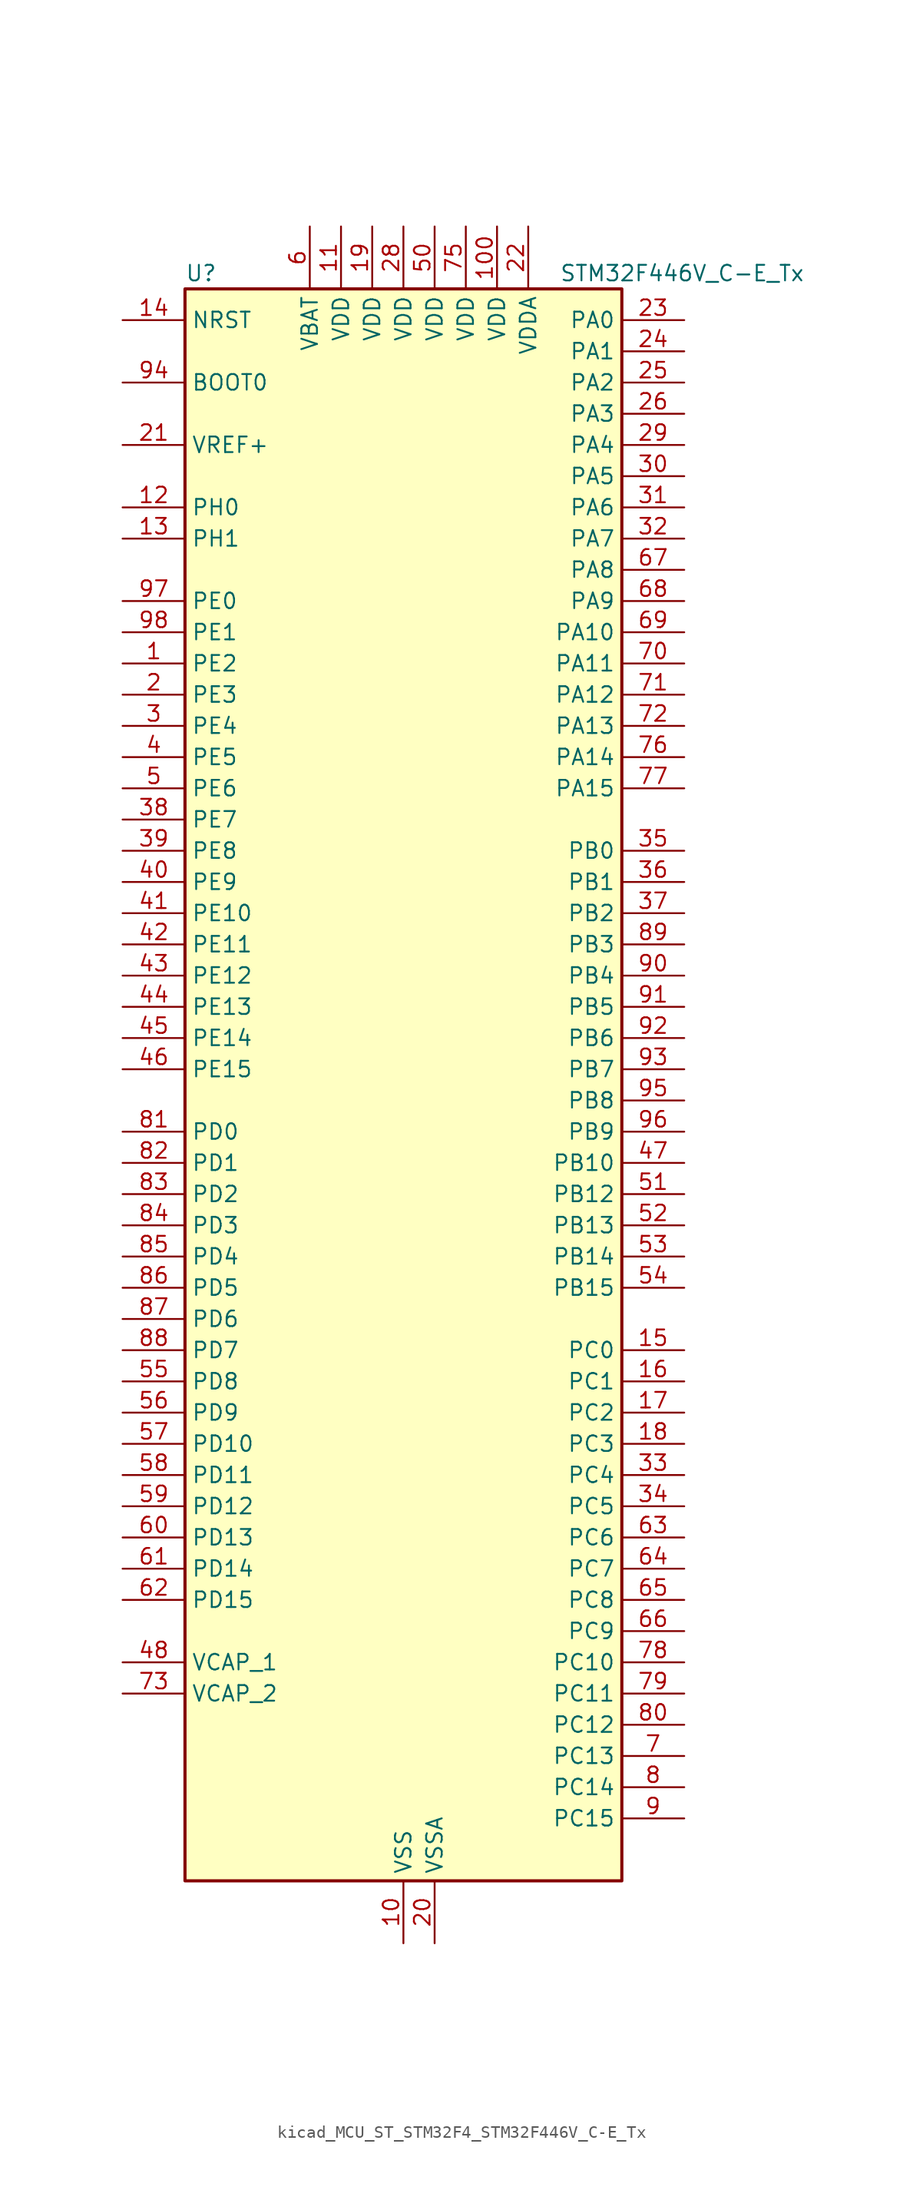
<source format=kicad_sym>
(kicad_symbol_lib
  (version 20220914)
  (generator kicad_symbol_editor)
  (symbol "kicad_MCU_ST_STM32F4_STM32F446V_C-E_Tx"
    (property "Reference" "U"
      (at -17.78 67.31 0)
      (effects (font (size 1.27 1.27)) (justify left)))
    (property "Value" "STM32F446V_C-E_Tx"
      (at 12.7 67.31 0)
      (effects (font (size 1.27 1.27)) (justify left)))
    (property "ki_locked" ""
      (at 0 0 0)
      (effects (font (size 1.27 1.27))))
    (symbol "kicad_MCU_ST_STM32F4_STM32F446V_C-E_Tx_0_1"
      (rectangle (start -17.78 -63.5) (end 17.78 66.04) (stroke (width 0.254) (type default)) (fill (type background))))
    (symbol "kicad_MCU_ST_STM32F4_STM32F446V_C-E_Tx_1_1"
      (pin bidirectional line (at -22.86 35.56 0) (length 5.08) (name "PE2" (effects (font (size 1.27 1.27)))) (number "1" (effects (font (size 1.27 1.27)))) (alternate "FMC_A23" bidirectional line) (alternate "QUADSPI_BK1_IO2" bidirectional line) (alternate "SAI1_MCLK_A" bidirectional line) (alternate "SPI4_SCK" bidirectional line) (alternate "SYS_TRACECLK" bidirectional line))
      (pin power_in line (at 0 -68.58 90) (length 5.08) (name "VSS" (effects (font (size 1.27 1.27)))) (number "10" (effects (font (size 1.27 1.27)))))
      (pin power_in line (at 7.62 71.12 270) (length 5.08) (name "VDD" (effects (font (size 1.27 1.27)))) (number "100" (effects (font (size 1.27 1.27)))))
      (pin power_in line (at -5.08 71.12 270) (length 5.08) (name "VDD" (effects (font (size 1.27 1.27)))) (number "11" (effects (font (size 1.27 1.27)))))
      (pin bidirectional line (at -22.86 48.26 0) (length 5.08) (name "PH0" (effects (font (size 1.27 1.27)))) (number "12" (effects (font (size 1.27 1.27)))) (alternate "RCC_OSC_IN" bidirectional line))
      (pin bidirectional line (at -22.86 45.72 0) (length 5.08) (name "PH1" (effects (font (size 1.27 1.27)))) (number "13" (effects (font (size 1.27 1.27)))) (alternate "RCC_OSC_OUT" bidirectional line))
      (pin input line (at -22.86 63.5 0) (length 5.08) (name "NRST" (effects (font (size 1.27 1.27)))) (number "14" (effects (font (size 1.27 1.27)))))
      (pin bidirectional line (at 22.86 -20.32 180) (length 5.08) (name "PC0" (effects (font (size 1.27 1.27)))) (number "15" (effects (font (size 1.27 1.27)))) (alternate "ADC1_IN10" bidirectional line) (alternate "ADC2_IN10" bidirectional line) (alternate "ADC3_IN10" bidirectional line) (alternate "FMC_SDNWE" bidirectional line) (alternate "SAI1_MCLK_B" bidirectional line) (alternate "USB_OTG_HS_ULPI_STP" bidirectional line))
      (pin bidirectional line (at 22.86 -22.86 180) (length 5.08) (name "PC1" (effects (font (size 1.27 1.27)))) (number "16" (effects (font (size 1.27 1.27)))) (alternate "ADC1_IN11" bidirectional line) (alternate "ADC2_IN11" bidirectional line) (alternate "ADC3_IN11" bidirectional line) (alternate "I2S2_SD" bidirectional line) (alternate "I2S3_SD" bidirectional line) (alternate "SAI1_SD_A" bidirectional line) (alternate "SPI2_MOSI" bidirectional line) (alternate "SPI3_MOSI" bidirectional line))
      (pin bidirectional line (at 22.86 -25.4 180) (length 5.08) (name "PC2" (effects (font (size 1.27 1.27)))) (number "17" (effects (font (size 1.27 1.27)))) (alternate "ADC1_IN12" bidirectional line) (alternate "ADC2_IN12" bidirectional line) (alternate "ADC3_IN12" bidirectional line) (alternate "FMC_SDNE0" bidirectional line) (alternate "SPI2_MISO" bidirectional line) (alternate "USB_OTG_HS_ULPI_DIR" bidirectional line))
      (pin bidirectional line (at 22.86 -27.94 180) (length 5.08) (name "PC3" (effects (font (size 1.27 1.27)))) (number "18" (effects (font (size 1.27 1.27)))) (alternate "ADC1_IN13" bidirectional line) (alternate "ADC2_IN13" bidirectional line) (alternate "ADC3_IN13" bidirectional line) (alternate "FMC_SDCKE0" bidirectional line) (alternate "I2S2_SD" bidirectional line) (alternate "SPI2_MOSI" bidirectional line) (alternate "USB_OTG_HS_ULPI_NXT" bidirectional line))
      (pin power_in line (at -2.54 71.12 270) (length 5.08) (name "VDD" (effects (font (size 1.27 1.27)))) (number "19" (effects (font (size 1.27 1.27)))))
      (pin bidirectional line (at -22.86 33.02 0) (length 5.08) (name "PE3" (effects (font (size 1.27 1.27)))) (number "2" (effects (font (size 1.27 1.27)))) (alternate "FMC_A19" bidirectional line) (alternate "SAI1_SD_B" bidirectional line) (alternate "SYS_TRACED0" bidirectional line))
      (pin power_in line (at 2.54 -68.58 90) (length 5.08) (name "VSSA" (effects (font (size 1.27 1.27)))) (number "20" (effects (font (size 1.27 1.27)))))
      (pin input line (at -22.86 53.34 0) (length 5.08) (name "VREF+" (effects (font (size 1.27 1.27)))) (number "21" (effects (font (size 1.27 1.27)))))
      (pin power_in line (at 10.16 71.12 270) (length 5.08) (name "VDDA" (effects (font (size 1.27 1.27)))) (number "22" (effects (font (size 1.27 1.27)))))
      (pin bidirectional line (at 22.86 63.5 180) (length 5.08) (name "PA0" (effects (font (size 1.27 1.27)))) (number "23" (effects (font (size 1.27 1.27)))) (alternate "ADC1_IN0" bidirectional line) (alternate "ADC2_IN0" bidirectional line) (alternate "ADC3_IN0" bidirectional line) (alternate "RTC_AF2" bidirectional line) (alternate "SYS_WKUP0" bidirectional line) (alternate "TIM2_CH1" bidirectional line) (alternate "TIM2_ETR" bidirectional line) (alternate "TIM5_CH1" bidirectional line) (alternate "TIM8_ETR" bidirectional line) (alternate "UART4_TX" bidirectional line) (alternate "USART2_CTS" bidirectional line))
      (pin bidirectional line (at 22.86 60.96 180) (length 5.08) (name "PA1" (effects (font (size 1.27 1.27)))) (number "24" (effects (font (size 1.27 1.27)))) (alternate "ADC1_IN1" bidirectional line) (alternate "ADC2_IN1" bidirectional line) (alternate "ADC3_IN1" bidirectional line) (alternate "QUADSPI_BK1_IO3" bidirectional line) (alternate "SAI2_MCLK_B" bidirectional line) (alternate "TIM2_CH2" bidirectional line) (alternate "TIM5_CH2" bidirectional line) (alternate "UART4_RX" bidirectional line) (alternate "USART2_RTS" bidirectional line))
      (pin bidirectional line (at 22.86 58.42 180) (length 5.08) (name "PA2" (effects (font (size 1.27 1.27)))) (number "25" (effects (font (size 1.27 1.27)))) (alternate "ADC1_IN2" bidirectional line) (alternate "ADC2_IN2" bidirectional line) (alternate "ADC3_IN2" bidirectional line) (alternate "SAI2_SCK_B" bidirectional line) (alternate "TIM2_CH3" bidirectional line) (alternate "TIM5_CH3" bidirectional line) (alternate "TIM9_CH1" bidirectional line) (alternate "USART2_TX" bidirectional line))
      (pin bidirectional line (at 22.86 55.88 180) (length 5.08) (name "PA3" (effects (font (size 1.27 1.27)))) (number "26" (effects (font (size 1.27 1.27)))) (alternate "ADC1_IN3" bidirectional line) (alternate "ADC2_IN3" bidirectional line) (alternate "ADC3_IN3" bidirectional line) (alternate "SAI1_FS_A" bidirectional line) (alternate "TIM2_CH4" bidirectional line) (alternate "TIM5_CH4" bidirectional line) (alternate "TIM9_CH2" bidirectional line) (alternate "USART2_RX" bidirectional line) (alternate "USB_OTG_HS_ULPI_D0" bidirectional line))
      (pin passive line (at 0 -68.58 90) (length 5.08) hide (name "VSS" (effects (font (size 1.27 1.27)))) (number "27" (effects (font (size 1.27 1.27)))))
      (pin power_in line (at 0 71.12 270) (length 5.08) (name "VDD" (effects (font (size 1.27 1.27)))) (number "28" (effects (font (size 1.27 1.27)))))
      (pin bidirectional line (at 22.86 53.34 180) (length 5.08) (name "PA4" (effects (font (size 1.27 1.27)))) (number "29" (effects (font (size 1.27 1.27)))) (alternate "ADC1_IN4" bidirectional line) (alternate "ADC2_IN4" bidirectional line) (alternate "DAC_OUT1" bidirectional line) (alternate "DCMI_HSYNC" bidirectional line) (alternate "I2S1_WS" bidirectional line) (alternate "I2S3_WS" bidirectional line) (alternate "SPI1_NSS" bidirectional line) (alternate "SPI3_NSS" bidirectional line) (alternate "USART2_CK" bidirectional line) (alternate "USB_OTG_HS_SOF" bidirectional line))
      (pin bidirectional line (at -22.86 30.48 0) (length 5.08) (name "PE4" (effects (font (size 1.27 1.27)))) (number "3" (effects (font (size 1.27 1.27)))) (alternate "DCMI_D4" bidirectional line) (alternate "FMC_A20" bidirectional line) (alternate "SAI1_FS_A" bidirectional line) (alternate "SPI4_NSS" bidirectional line) (alternate "SYS_TRACED1" bidirectional line))
      (pin bidirectional line (at 22.86 50.8 180) (length 5.08) (name "PA5" (effects (font (size 1.27 1.27)))) (number "30" (effects (font (size 1.27 1.27)))) (alternate "ADC1_IN5" bidirectional line) (alternate "ADC2_IN5" bidirectional line) (alternate "DAC_OUT2" bidirectional line) (alternate "I2S1_CK" bidirectional line) (alternate "SPI1_SCK" bidirectional line) (alternate "TIM2_CH1" bidirectional line) (alternate "TIM2_ETR" bidirectional line) (alternate "TIM8_CH1N" bidirectional line) (alternate "USB_OTG_HS_ULPI_CK" bidirectional line))
      (pin bidirectional line (at 22.86 48.26 180) (length 5.08) (name "PA6" (effects (font (size 1.27 1.27)))) (number "31" (effects (font (size 1.27 1.27)))) (alternate "ADC1_IN6" bidirectional line) (alternate "ADC2_IN6" bidirectional line) (alternate "DCMI_PIXCLK" bidirectional line) (alternate "I2S2_MCK" bidirectional line) (alternate "SPI1_MISO" bidirectional line) (alternate "TIM13_CH1" bidirectional line) (alternate "TIM1_BKIN" bidirectional line) (alternate "TIM3_CH1" bidirectional line) (alternate "TIM8_BKIN" bidirectional line))
      (pin bidirectional line (at 22.86 45.72 180) (length 5.08) (name "PA7" (effects (font (size 1.27 1.27)))) (number "32" (effects (font (size 1.27 1.27)))) (alternate "ADC1_IN7" bidirectional line) (alternate "ADC2_IN7" bidirectional line) (alternate "FMC_SDNWE" bidirectional line) (alternate "I2S1_SD" bidirectional line) (alternate "SPI1_MOSI" bidirectional line) (alternate "TIM14_CH1" bidirectional line) (alternate "TIM1_CH1N" bidirectional line) (alternate "TIM3_CH2" bidirectional line) (alternate "TIM8_CH1N" bidirectional line))
      (pin bidirectional line (at 22.86 -30.48 180) (length 5.08) (name "PC4" (effects (font (size 1.27 1.27)))) (number "33" (effects (font (size 1.27 1.27)))) (alternate "ADC1_IN14" bidirectional line) (alternate "ADC2_IN14" bidirectional line) (alternate "FMC_SDNE0" bidirectional line) (alternate "I2S1_MCK" bidirectional line) (alternate "SPDIFRX_IN2" bidirectional line))
      (pin bidirectional line (at 22.86 -33.02 180) (length 5.08) (name "PC5" (effects (font (size 1.27 1.27)))) (number "34" (effects (font (size 1.27 1.27)))) (alternate "ADC1_IN15" bidirectional line) (alternate "ADC2_IN15" bidirectional line) (alternate "FMC_SDCKE0" bidirectional line) (alternate "SPDIFRX_IN3" bidirectional line) (alternate "USART3_RX" bidirectional line))
      (pin bidirectional line (at 22.86 20.32 180) (length 5.08) (name "PB0" (effects (font (size 1.27 1.27)))) (number "35" (effects (font (size 1.27 1.27)))) (alternate "ADC1_IN8" bidirectional line) (alternate "ADC2_IN8" bidirectional line) (alternate "I2S3_SD" bidirectional line) (alternate "SDIO_D1" bidirectional line) (alternate "SPI3_MOSI" bidirectional line) (alternate "TIM1_CH2N" bidirectional line) (alternate "TIM3_CH3" bidirectional line) (alternate "TIM8_CH2N" bidirectional line) (alternate "UART4_CTS" bidirectional line) (alternate "USB_OTG_HS_ULPI_D1" bidirectional line))
      (pin bidirectional line (at 22.86 17.78 180) (length 5.08) (name "PB1" (effects (font (size 1.27 1.27)))) (number "36" (effects (font (size 1.27 1.27)))) (alternate "ADC1_IN9" bidirectional line) (alternate "ADC2_IN9" bidirectional line) (alternate "SDIO_D2" bidirectional line) (alternate "TIM1_CH3N" bidirectional line) (alternate "TIM3_CH4" bidirectional line) (alternate "TIM8_CH3N" bidirectional line) (alternate "USB_OTG_HS_ULPI_D2" bidirectional line))
      (pin bidirectional line (at 22.86 15.24 180) (length 5.08) (name "PB2" (effects (font (size 1.27 1.27)))) (number "37" (effects (font (size 1.27 1.27)))) (alternate "I2S3_SD" bidirectional line) (alternate "QUADSPI_CLK" bidirectional line) (alternate "SAI1_SD_A" bidirectional line) (alternate "SDIO_CK" bidirectional line) (alternate "SPI3_MOSI" bidirectional line) (alternate "TIM2_CH4" bidirectional line) (alternate "USB_OTG_HS_ULPI_D4" bidirectional line))
      (pin bidirectional line (at -22.86 22.86 0) (length 5.08) (name "PE7" (effects (font (size 1.27 1.27)))) (number "38" (effects (font (size 1.27 1.27)))) (alternate "FMC_D4" bidirectional line) (alternate "FMC_DA4" bidirectional line) (alternate "QUADSPI_BK2_IO0" bidirectional line) (alternate "TIM1_ETR" bidirectional line) (alternate "UART5_RX" bidirectional line))
      (pin bidirectional line (at -22.86 20.32 0) (length 5.08) (name "PE8" (effects (font (size 1.27 1.27)))) (number "39" (effects (font (size 1.27 1.27)))) (alternate "FMC_D5" bidirectional line) (alternate "FMC_DA5" bidirectional line) (alternate "QUADSPI_BK2_IO1" bidirectional line) (alternate "TIM1_CH1N" bidirectional line) (alternate "UART5_TX" bidirectional line))
      (pin bidirectional line (at -22.86 27.94 0) (length 5.08) (name "PE5" (effects (font (size 1.27 1.27)))) (number "4" (effects (font (size 1.27 1.27)))) (alternate "DCMI_D6" bidirectional line) (alternate "FMC_A21" bidirectional line) (alternate "SAI1_SCK_A" bidirectional line) (alternate "SPI4_MISO" bidirectional line) (alternate "SYS_TRACED2" bidirectional line) (alternate "TIM9_CH1" bidirectional line))
      (pin bidirectional line (at -22.86 17.78 0) (length 5.08) (name "PE9" (effects (font (size 1.27 1.27)))) (number "40" (effects (font (size 1.27 1.27)))) (alternate "DAC_EXTI9" bidirectional line) (alternate "FMC_D6" bidirectional line) (alternate "FMC_DA6" bidirectional line) (alternate "QUADSPI_BK2_IO2" bidirectional line) (alternate "TIM1_CH1" bidirectional line))
      (pin bidirectional line (at -22.86 15.24 0) (length 5.08) (name "PE10" (effects (font (size 1.27 1.27)))) (number "41" (effects (font (size 1.27 1.27)))) (alternate "FMC_D7" bidirectional line) (alternate "FMC_DA7" bidirectional line) (alternate "QUADSPI_BK2_IO3" bidirectional line) (alternate "TIM1_CH2N" bidirectional line))
      (pin bidirectional line (at -22.86 12.7 0) (length 5.08) (name "PE11" (effects (font (size 1.27 1.27)))) (number "42" (effects (font (size 1.27 1.27)))) (alternate "ADC1_EXTI11" bidirectional line) (alternate "ADC2_EXTI11" bidirectional line) (alternate "ADC3_EXTI11" bidirectional line) (alternate "FMC_D8" bidirectional line) (alternate "FMC_DA8" bidirectional line) (alternate "SAI2_SD_B" bidirectional line) (alternate "SPI4_NSS" bidirectional line) (alternate "TIM1_CH2" bidirectional line))
      (pin bidirectional line (at -22.86 10.16 0) (length 5.08) (name "PE12" (effects (font (size 1.27 1.27)))) (number "43" (effects (font (size 1.27 1.27)))) (alternate "FMC_D9" bidirectional line) (alternate "FMC_DA9" bidirectional line) (alternate "SAI2_SCK_B" bidirectional line) (alternate "SPI4_SCK" bidirectional line) (alternate "TIM1_CH3N" bidirectional line))
      (pin bidirectional line (at -22.86 7.62 0) (length 5.08) (name "PE13" (effects (font (size 1.27 1.27)))) (number "44" (effects (font (size 1.27 1.27)))) (alternate "FMC_D10" bidirectional line) (alternate "FMC_DA10" bidirectional line) (alternate "SAI2_FS_B" bidirectional line) (alternate "SPI4_MISO" bidirectional line) (alternate "TIM1_CH3" bidirectional line))
      (pin bidirectional line (at -22.86 5.08 0) (length 5.08) (name "PE14" (effects (font (size 1.27 1.27)))) (number "45" (effects (font (size 1.27 1.27)))) (alternate "FMC_D11" bidirectional line) (alternate "FMC_DA11" bidirectional line) (alternate "SAI2_MCLK_B" bidirectional line) (alternate "SPI4_MOSI" bidirectional line) (alternate "TIM1_CH4" bidirectional line))
      (pin bidirectional line (at -22.86 2.54 0) (length 5.08) (name "PE15" (effects (font (size 1.27 1.27)))) (number "46" (effects (font (size 1.27 1.27)))) (alternate "ADC1_EXTI15" bidirectional line) (alternate "ADC2_EXTI15" bidirectional line) (alternate "ADC3_EXTI15" bidirectional line) (alternate "FMC_D12" bidirectional line) (alternate "FMC_DA12" bidirectional line) (alternate "TIM1_BKIN" bidirectional line))
      (pin bidirectional line (at 22.86 -5.08 180) (length 5.08) (name "PB10" (effects (font (size 1.27 1.27)))) (number "47" (effects (font (size 1.27 1.27)))) (alternate "I2C2_SCL" bidirectional line) (alternate "I2S2_CK" bidirectional line) (alternate "SAI1_SCK_A" bidirectional line) (alternate "SPI2_SCK" bidirectional line) (alternate "TIM2_CH3" bidirectional line) (alternate "USART3_TX" bidirectional line) (alternate "USB_OTG_HS_ULPI_D3" bidirectional line))
      (pin power_out line (at -22.86 -45.72 0) (length 5.08) (name "VCAP_1" (effects (font (size 1.27 1.27)))) (number "48" (effects (font (size 1.27 1.27)))))
      (pin passive line (at 0 -68.58 90) (length 5.08) hide (name "VSS" (effects (font (size 1.27 1.27)))) (number "49" (effects (font (size 1.27 1.27)))))
      (pin bidirectional line (at -22.86 25.4 0) (length 5.08) (name "PE6" (effects (font (size 1.27 1.27)))) (number "5" (effects (font (size 1.27 1.27)))) (alternate "DCMI_D7" bidirectional line) (alternate "FMC_A22" bidirectional line) (alternate "SAI1_SD_A" bidirectional line) (alternate "SPI4_MOSI" bidirectional line) (alternate "SYS_TRACED3" bidirectional line) (alternate "TIM9_CH2" bidirectional line))
      (pin power_in line (at 2.54 71.12 270) (length 5.08) (name "VDD" (effects (font (size 1.27 1.27)))) (number "50" (effects (font (size 1.27 1.27)))))
      (pin bidirectional line (at 22.86 -7.62 180) (length 5.08) (name "PB12" (effects (font (size 1.27 1.27)))) (number "51" (effects (font (size 1.27 1.27)))) (alternate "CAN2_RX" bidirectional line) (alternate "I2C2_SMBA" bidirectional line) (alternate "I2S2_WS" bidirectional line) (alternate "SAI1_SCK_B" bidirectional line) (alternate "SPI2_NSS" bidirectional line) (alternate "TIM1_BKIN" bidirectional line) (alternate "USART3_CK" bidirectional line) (alternate "USB_OTG_HS_ID" bidirectional line) (alternate "USB_OTG_HS_ULPI_D5" bidirectional line))
      (pin bidirectional line (at 22.86 -10.16 180) (length 5.08) (name "PB13" (effects (font (size 1.27 1.27)))) (number "52" (effects (font (size 1.27 1.27)))) (alternate "CAN2_TX" bidirectional line) (alternate "I2S2_CK" bidirectional line) (alternate "SPI2_SCK" bidirectional line) (alternate "TIM1_CH1N" bidirectional line) (alternate "USART3_CTS" bidirectional line) (alternate "USB_OTG_HS_ULPI_D6" bidirectional line) (alternate "USB_OTG_HS_VBUS" bidirectional line))
      (pin bidirectional line (at 22.86 -12.7 180) (length 5.08) (name "PB14" (effects (font (size 1.27 1.27)))) (number "53" (effects (font (size 1.27 1.27)))) (alternate "SPI2_MISO" bidirectional line) (alternate "TIM12_CH1" bidirectional line) (alternate "TIM1_CH2N" bidirectional line) (alternate "TIM8_CH2N" bidirectional line) (alternate "USART3_RTS" bidirectional line) (alternate "USB_OTG_HS_DM" bidirectional line))
      (pin bidirectional line (at 22.86 -15.24 180) (length 5.08) (name "PB15" (effects (font (size 1.27 1.27)))) (number "54" (effects (font (size 1.27 1.27)))) (alternate "ADC1_EXTI15" bidirectional line) (alternate "ADC2_EXTI15" bidirectional line) (alternate "ADC3_EXTI15" bidirectional line) (alternate "I2S2_SD" bidirectional line) (alternate "RTC_REFIN" bidirectional line) (alternate "SPI2_MOSI" bidirectional line) (alternate "TIM12_CH2" bidirectional line) (alternate "TIM1_CH3N" bidirectional line) (alternate "TIM8_CH3N" bidirectional line) (alternate "USB_OTG_HS_DP" bidirectional line))
      (pin bidirectional line (at -22.86 -22.86 0) (length 5.08) (name "PD8" (effects (font (size 1.27 1.27)))) (number "55" (effects (font (size 1.27 1.27)))) (alternate "FMC_D13" bidirectional line) (alternate "FMC_DA13" bidirectional line) (alternate "SPDIFRX_IN1" bidirectional line) (alternate "USART3_TX" bidirectional line))
      (pin bidirectional line (at -22.86 -25.4 0) (length 5.08) (name "PD9" (effects (font (size 1.27 1.27)))) (number "56" (effects (font (size 1.27 1.27)))) (alternate "DAC_EXTI9" bidirectional line) (alternate "FMC_D14" bidirectional line) (alternate "FMC_DA14" bidirectional line) (alternate "USART3_RX" bidirectional line))
      (pin bidirectional line (at -22.86 -27.94 0) (length 5.08) (name "PD10" (effects (font (size 1.27 1.27)))) (number "57" (effects (font (size 1.27 1.27)))) (alternate "FMC_D15" bidirectional line) (alternate "FMC_DA15" bidirectional line) (alternate "USART3_CK" bidirectional line))
      (pin bidirectional line (at -22.86 -30.48 0) (length 5.08) (name "PD11" (effects (font (size 1.27 1.27)))) (number "58" (effects (font (size 1.27 1.27)))) (alternate "ADC1_EXTI11" bidirectional line) (alternate "ADC2_EXTI11" bidirectional line) (alternate "ADC3_EXTI11" bidirectional line) (alternate "FMC_A16" bidirectional line) (alternate "FMPI2C1_SMBA" bidirectional line) (alternate "QUADSPI_BK1_IO0" bidirectional line) (alternate "SAI2_SD_A" bidirectional line) (alternate "USART3_CTS" bidirectional line))
      (pin bidirectional line (at -22.86 -33.02 0) (length 5.08) (name "PD12" (effects (font (size 1.27 1.27)))) (number "59" (effects (font (size 1.27 1.27)))) (alternate "FMC_A17" bidirectional line) (alternate "FMPI2C1_SCL" bidirectional line) (alternate "QUADSPI_BK1_IO1" bidirectional line) (alternate "SAI2_FS_A" bidirectional line) (alternate "TIM4_CH1" bidirectional line) (alternate "USART3_RTS" bidirectional line))
      (pin power_in line (at -7.62 71.12 270) (length 5.08) (name "VBAT" (effects (font (size 1.27 1.27)))) (number "6" (effects (font (size 1.27 1.27)))))
      (pin bidirectional line (at -22.86 -35.56 0) (length 5.08) (name "PD13" (effects (font (size 1.27 1.27)))) (number "60" (effects (font (size 1.27 1.27)))) (alternate "FMC_A18" bidirectional line) (alternate "FMPI2C1_SDA" bidirectional line) (alternate "QUADSPI_BK1_IO3" bidirectional line) (alternate "SAI2_SCK_A" bidirectional line) (alternate "TIM4_CH2" bidirectional line))
      (pin bidirectional line (at -22.86 -38.1 0) (length 5.08) (name "PD14" (effects (font (size 1.27 1.27)))) (number "61" (effects (font (size 1.27 1.27)))) (alternate "FMC_D0" bidirectional line) (alternate "FMC_DA0" bidirectional line) (alternate "FMPI2C1_SCL" bidirectional line) (alternate "SAI2_SCK_A" bidirectional line) (alternate "TIM4_CH3" bidirectional line))
      (pin bidirectional line (at -22.86 -40.64 0) (length 5.08) (name "PD15" (effects (font (size 1.27 1.27)))) (number "62" (effects (font (size 1.27 1.27)))) (alternate "ADC1_EXTI15" bidirectional line) (alternate "ADC2_EXTI15" bidirectional line) (alternate "ADC3_EXTI15" bidirectional line) (alternate "FMC_D1" bidirectional line) (alternate "FMC_DA1" bidirectional line) (alternate "FMPI2C1_SDA" bidirectional line) (alternate "TIM4_CH4" bidirectional line))
      (pin bidirectional line (at 22.86 -35.56 180) (length 5.08) (name "PC6" (effects (font (size 1.27 1.27)))) (number "63" (effects (font (size 1.27 1.27)))) (alternate "DCMI_D0" bidirectional line) (alternate "FMPI2C1_SCL" bidirectional line) (alternate "I2S2_MCK" bidirectional line) (alternate "SDIO_D6" bidirectional line) (alternate "TIM3_CH1" bidirectional line) (alternate "TIM8_CH1" bidirectional line) (alternate "USART6_TX" bidirectional line))
      (pin bidirectional line (at 22.86 -38.1 180) (length 5.08) (name "PC7" (effects (font (size 1.27 1.27)))) (number "64" (effects (font (size 1.27 1.27)))) (alternate "DCMI_D1" bidirectional line) (alternate "FMPI2C1_SDA" bidirectional line) (alternate "I2S2_CK" bidirectional line) (alternate "I2S3_MCK" bidirectional line) (alternate "SDIO_D7" bidirectional line) (alternate "SPDIFRX_IN1" bidirectional line) (alternate "SPI2_SCK" bidirectional line) (alternate "TIM3_CH2" bidirectional line) (alternate "TIM8_CH2" bidirectional line) (alternate "USART6_RX" bidirectional line))
      (pin bidirectional line (at 22.86 -40.64 180) (length 5.08) (name "PC8" (effects (font (size 1.27 1.27)))) (number "65" (effects (font (size 1.27 1.27)))) (alternate "DCMI_D2" bidirectional line) (alternate "SDIO_D0" bidirectional line) (alternate "SYS_TRACED0" bidirectional line) (alternate "TIM3_CH3" bidirectional line) (alternate "TIM8_CH3" bidirectional line) (alternate "UART5_RTS" bidirectional line) (alternate "USART6_CK" bidirectional line))
      (pin bidirectional line (at 22.86 -43.18 180) (length 5.08) (name "PC9" (effects (font (size 1.27 1.27)))) (number "66" (effects (font (size 1.27 1.27)))) (alternate "DAC_EXTI9" bidirectional line) (alternate "DCMI_D3" bidirectional line) (alternate "I2C3_SDA" bidirectional line) (alternate "I2S_CKIN" bidirectional line) (alternate "QUADSPI_BK1_IO0" bidirectional line) (alternate "RCC_MCO_2" bidirectional line) (alternate "SDIO_D1" bidirectional line) (alternate "TIM3_CH4" bidirectional line) (alternate "TIM8_CH4" bidirectional line) (alternate "UART5_CTS" bidirectional line))
      (pin bidirectional line (at 22.86 43.18 180) (length 5.08) (name "PA8" (effects (font (size 1.27 1.27)))) (number "67" (effects (font (size 1.27 1.27)))) (alternate "I2C3_SCL" bidirectional line) (alternate "RCC_MCO_1" bidirectional line) (alternate "TIM1_CH1" bidirectional line) (alternate "USART1_CK" bidirectional line) (alternate "USB_OTG_FS_SOF" bidirectional line))
      (pin bidirectional line (at 22.86 40.64 180) (length 5.08) (name "PA9" (effects (font (size 1.27 1.27)))) (number "68" (effects (font (size 1.27 1.27)))) (alternate "DAC_EXTI9" bidirectional line) (alternate "DCMI_D0" bidirectional line) (alternate "I2C3_SMBA" bidirectional line) (alternate "I2S2_CK" bidirectional line) (alternate "SAI1_SD_B" bidirectional line) (alternate "SPI2_SCK" bidirectional line) (alternate "TIM1_CH2" bidirectional line) (alternate "USART1_TX" bidirectional line) (alternate "USB_OTG_FS_VBUS" bidirectional line))
      (pin bidirectional line (at 22.86 38.1 180) (length 5.08) (name "PA10" (effects (font (size 1.27 1.27)))) (number "69" (effects (font (size 1.27 1.27)))) (alternate "DCMI_D1" bidirectional line) (alternate "TIM1_CH3" bidirectional line) (alternate "USART1_RX" bidirectional line) (alternate "USB_OTG_FS_ID" bidirectional line))
      (pin bidirectional line (at 22.86 -53.34 180) (length 5.08) (name "PC13" (effects (font (size 1.27 1.27)))) (number "7" (effects (font (size 1.27 1.27)))) (alternate "RTC_AF1" bidirectional line) (alternate "SYS_WKUP1" bidirectional line))
      (pin bidirectional line (at 22.86 35.56 180) (length 5.08) (name "PA11" (effects (font (size 1.27 1.27)))) (number "70" (effects (font (size 1.27 1.27)))) (alternate "ADC1_EXTI11" bidirectional line) (alternate "ADC2_EXTI11" bidirectional line) (alternate "ADC3_EXTI11" bidirectional line) (alternate "CAN1_RX" bidirectional line) (alternate "TIM1_CH4" bidirectional line) (alternate "USART1_CTS" bidirectional line) (alternate "USB_OTG_FS_DM" bidirectional line))
      (pin bidirectional line (at 22.86 33.02 180) (length 5.08) (name "PA12" (effects (font (size 1.27 1.27)))) (number "71" (effects (font (size 1.27 1.27)))) (alternate "CAN1_TX" bidirectional line) (alternate "SAI2_FS_B" bidirectional line) (alternate "TIM1_ETR" bidirectional line) (alternate "USART1_RTS" bidirectional line) (alternate "USB_OTG_FS_DP" bidirectional line))
      (pin bidirectional line (at 22.86 30.48 180) (length 5.08) (name "PA13" (effects (font (size 1.27 1.27)))) (number "72" (effects (font (size 1.27 1.27)))) (alternate "SYS_JTMS-SWDIO" bidirectional line))
      (pin power_out line (at -22.86 -48.26 0) (length 5.08) (name "VCAP_2" (effects (font (size 1.27 1.27)))) (number "73" (effects (font (size 1.27 1.27)))))
      (pin passive line (at 0 -68.58 90) (length 5.08) hide (name "VSS" (effects (font (size 1.27 1.27)))) (number "74" (effects (font (size 1.27 1.27)))))
      (pin power_in line (at 5.08 71.12 270) (length 5.08) (name "VDD" (effects (font (size 1.27 1.27)))) (number "75" (effects (font (size 1.27 1.27)))))
      (pin bidirectional line (at 22.86 27.94 180) (length 5.08) (name "PA14" (effects (font (size 1.27 1.27)))) (number "76" (effects (font (size 1.27 1.27)))) (alternate "SYS_JTCK-SWCLK" bidirectional line))
      (pin bidirectional line (at 22.86 25.4 180) (length 5.08) (name "PA15" (effects (font (size 1.27 1.27)))) (number "77" (effects (font (size 1.27 1.27)))) (alternate "ADC1_EXTI15" bidirectional line) (alternate "ADC2_EXTI15" bidirectional line) (alternate "ADC3_EXTI15" bidirectional line) (alternate "CEC" bidirectional line) (alternate "I2S1_WS" bidirectional line) (alternate "I2S3_WS" bidirectional line) (alternate "SPI1_NSS" bidirectional line) (alternate "SPI3_NSS" bidirectional line) (alternate "SYS_JTDI" bidirectional line) (alternate "TIM2_CH1" bidirectional line) (alternate "TIM2_ETR" bidirectional line) (alternate "UART4_RTS" bidirectional line))
      (pin bidirectional line (at 22.86 -45.72 180) (length 5.08) (name "PC10" (effects (font (size 1.27 1.27)))) (number "78" (effects (font (size 1.27 1.27)))) (alternate "DCMI_D8" bidirectional line) (alternate "I2S3_CK" bidirectional line) (alternate "QUADSPI_BK1_IO1" bidirectional line) (alternate "SDIO_D2" bidirectional line) (alternate "SPI3_SCK" bidirectional line) (alternate "UART4_TX" bidirectional line) (alternate "USART3_TX" bidirectional line))
      (pin bidirectional line (at 22.86 -48.26 180) (length 5.08) (name "PC11" (effects (font (size 1.27 1.27)))) (number "79" (effects (font (size 1.27 1.27)))) (alternate "ADC1_EXTI11" bidirectional line) (alternate "ADC2_EXTI11" bidirectional line) (alternate "ADC3_EXTI11" bidirectional line) (alternate "DCMI_D4" bidirectional line) (alternate "QUADSPI_BK2_NCS" bidirectional line) (alternate "SDIO_D3" bidirectional line) (alternate "SPI3_MISO" bidirectional line) (alternate "UART4_RX" bidirectional line) (alternate "USART3_RX" bidirectional line))
      (pin bidirectional line (at 22.86 -55.88 180) (length 5.08) (name "PC14" (effects (font (size 1.27 1.27)))) (number "8" (effects (font (size 1.27 1.27)))) (alternate "RCC_OSC32_IN" bidirectional line))
      (pin bidirectional line (at 22.86 -50.8 180) (length 5.08) (name "PC12" (effects (font (size 1.27 1.27)))) (number "80" (effects (font (size 1.27 1.27)))) (alternate "DCMI_D9" bidirectional line) (alternate "I2C2_SDA" bidirectional line) (alternate "I2S3_SD" bidirectional line) (alternate "SDIO_CK" bidirectional line) (alternate "SPI3_MOSI" bidirectional line) (alternate "UART5_TX" bidirectional line) (alternate "USART3_CK" bidirectional line))
      (pin bidirectional line (at -22.86 -2.54 0) (length 5.08) (name "PD0" (effects (font (size 1.27 1.27)))) (number "81" (effects (font (size 1.27 1.27)))) (alternate "CAN1_RX" bidirectional line) (alternate "FMC_D2" bidirectional line) (alternate "FMC_DA2" bidirectional line) (alternate "I2S3_SD" bidirectional line) (alternate "SPI3_MOSI" bidirectional line) (alternate "SPI4_MISO" bidirectional line))
      (pin bidirectional line (at -22.86 -5.08 0) (length 5.08) (name "PD1" (effects (font (size 1.27 1.27)))) (number "82" (effects (font (size 1.27 1.27)))) (alternate "CAN1_TX" bidirectional line) (alternate "FMC_D3" bidirectional line) (alternate "FMC_DA3" bidirectional line) (alternate "I2S2_WS" bidirectional line) (alternate "SPI2_NSS" bidirectional line))
      (pin bidirectional line (at -22.86 -7.62 0) (length 5.08) (name "PD2" (effects (font (size 1.27 1.27)))) (number "83" (effects (font (size 1.27 1.27)))) (alternate "DCMI_D11" bidirectional line) (alternate "SDIO_CMD" bidirectional line) (alternate "TIM3_ETR" bidirectional line) (alternate "UART5_RX" bidirectional line))
      (pin bidirectional line (at -22.86 -10.16 0) (length 5.08) (name "PD3" (effects (font (size 1.27 1.27)))) (number "84" (effects (font (size 1.27 1.27)))) (alternate "DCMI_D5" bidirectional line) (alternate "FMC_CLK" bidirectional line) (alternate "I2S2_CK" bidirectional line) (alternate "QUADSPI_CLK" bidirectional line) (alternate "SPI2_SCK" bidirectional line) (alternate "SYS_TRACED1" bidirectional line) (alternate "USART2_CTS" bidirectional line))
      (pin bidirectional line (at -22.86 -12.7 0) (length 5.08) (name "PD4" (effects (font (size 1.27 1.27)))) (number "85" (effects (font (size 1.27 1.27)))) (alternate "FMC_NOE" bidirectional line) (alternate "USART2_RTS" bidirectional line))
      (pin bidirectional line (at -22.86 -15.24 0) (length 5.08) (name "PD5" (effects (font (size 1.27 1.27)))) (number "86" (effects (font (size 1.27 1.27)))) (alternate "FMC_NWE" bidirectional line) (alternate "USART2_TX" bidirectional line))
      (pin bidirectional line (at -22.86 -17.78 0) (length 5.08) (name "PD6" (effects (font (size 1.27 1.27)))) (number "87" (effects (font (size 1.27 1.27)))) (alternate "DCMI_D10" bidirectional line) (alternate "FMC_NWAIT" bidirectional line) (alternate "I2S3_SD" bidirectional line) (alternate "SAI1_SD_A" bidirectional line) (alternate "SPI3_MOSI" bidirectional line) (alternate "USART2_RX" bidirectional line))
      (pin bidirectional line (at -22.86 -20.32 0) (length 5.08) (name "PD7" (effects (font (size 1.27 1.27)))) (number "88" (effects (font (size 1.27 1.27)))) (alternate "FMC_NE1" bidirectional line) (alternate "SPDIFRX_IN0" bidirectional line) (alternate "USART2_CK" bidirectional line))
      (pin bidirectional line (at 22.86 12.7 180) (length 5.08) (name "PB3" (effects (font (size 1.27 1.27)))) (number "89" (effects (font (size 1.27 1.27)))) (alternate "I2C2_SDA" bidirectional line) (alternate "I2S1_CK" bidirectional line) (alternate "I2S3_CK" bidirectional line) (alternate "SPI1_SCK" bidirectional line) (alternate "SPI3_SCK" bidirectional line) (alternate "SYS_JTDO-SWO" bidirectional line) (alternate "TIM2_CH2" bidirectional line))
      (pin bidirectional line (at 22.86 -58.42 180) (length 5.08) (name "PC15" (effects (font (size 1.27 1.27)))) (number "9" (effects (font (size 1.27 1.27)))) (alternate "ADC1_EXTI15" bidirectional line) (alternate "ADC2_EXTI15" bidirectional line) (alternate "ADC3_EXTI15" bidirectional line) (alternate "RCC_OSC32_OUT" bidirectional line))
      (pin bidirectional line (at 22.86 10.16 180) (length 5.08) (name "PB4" (effects (font (size 1.27 1.27)))) (number "90" (effects (font (size 1.27 1.27)))) (alternate "I2C3_SDA" bidirectional line) (alternate "I2S2_WS" bidirectional line) (alternate "SPI1_MISO" bidirectional line) (alternate "SPI2_NSS" bidirectional line) (alternate "SPI3_MISO" bidirectional line) (alternate "SYS_JTRST" bidirectional line) (alternate "TIM3_CH1" bidirectional line))
      (pin bidirectional line (at 22.86 7.62 180) (length 5.08) (name "PB5" (effects (font (size 1.27 1.27)))) (number "91" (effects (font (size 1.27 1.27)))) (alternate "CAN2_RX" bidirectional line) (alternate "DCMI_D10" bidirectional line) (alternate "FMC_SDCKE1" bidirectional line) (alternate "I2C1_SMBA" bidirectional line) (alternate "I2S1_SD" bidirectional line) (alternate "I2S3_SD" bidirectional line) (alternate "SPI1_MOSI" bidirectional line) (alternate "SPI3_MOSI" bidirectional line) (alternate "TIM3_CH2" bidirectional line) (alternate "USB_OTG_HS_ULPI_D7" bidirectional line))
      (pin bidirectional line (at 22.86 5.08 180) (length 5.08) (name "PB6" (effects (font (size 1.27 1.27)))) (number "92" (effects (font (size 1.27 1.27)))) (alternate "CAN2_TX" bidirectional line) (alternate "CEC" bidirectional line) (alternate "DCMI_D5" bidirectional line) (alternate "FMC_SDNE1" bidirectional line) (alternate "I2C1_SCL" bidirectional line) (alternate "QUADSPI_BK1_NCS" bidirectional line) (alternate "TIM4_CH1" bidirectional line) (alternate "USART1_TX" bidirectional line))
      (pin bidirectional line (at 22.86 2.54 180) (length 5.08) (name "PB7" (effects (font (size 1.27 1.27)))) (number "93" (effects (font (size 1.27 1.27)))) (alternate "DCMI_VSYNC" bidirectional line) (alternate "FMC_NL" bidirectional line) (alternate "I2C1_SDA" bidirectional line) (alternate "SPDIFRX_IN0" bidirectional line) (alternate "TIM4_CH2" bidirectional line) (alternate "USART1_RX" bidirectional line))
      (pin input line (at -22.86 58.42 0) (length 5.08) (name "BOOT0" (effects (font (size 1.27 1.27)))) (number "94" (effects (font (size 1.27 1.27)))))
      (pin bidirectional line (at 22.86 0 180) (length 5.08) (name "PB8" (effects (font (size 1.27 1.27)))) (number "95" (effects (font (size 1.27 1.27)))) (alternate "CAN1_RX" bidirectional line) (alternate "DCMI_D6" bidirectional line) (alternate "I2C1_SCL" bidirectional line) (alternate "SDIO_D4" bidirectional line) (alternate "TIM10_CH1" bidirectional line) (alternate "TIM2_CH1" bidirectional line) (alternate "TIM2_ETR" bidirectional line) (alternate "TIM4_CH3" bidirectional line))
      (pin bidirectional line (at 22.86 -2.54 180) (length 5.08) (name "PB9" (effects (font (size 1.27 1.27)))) (number "96" (effects (font (size 1.27 1.27)))) (alternate "CAN1_TX" bidirectional line) (alternate "DAC_EXTI9" bidirectional line) (alternate "DCMI_D7" bidirectional line) (alternate "I2C1_SDA" bidirectional line) (alternate "I2S2_WS" bidirectional line) (alternate "SAI1_FS_B" bidirectional line) (alternate "SDIO_D5" bidirectional line) (alternate "SPI2_NSS" bidirectional line) (alternate "TIM11_CH1" bidirectional line) (alternate "TIM2_CH2" bidirectional line) (alternate "TIM4_CH4" bidirectional line))
      (pin bidirectional line (at -22.86 40.64 0) (length 5.08) (name "PE0" (effects (font (size 1.27 1.27)))) (number "97" (effects (font (size 1.27 1.27)))) (alternate "DCMI_D2" bidirectional line) (alternate "FMC_NBL0" bidirectional line) (alternate "SAI2_MCLK_A" bidirectional line) (alternate "TIM4_ETR" bidirectional line))
      (pin bidirectional line (at -22.86 38.1 0) (length 5.08) (name "PE1" (effects (font (size 1.27 1.27)))) (number "98" (effects (font (size 1.27 1.27)))) (alternate "DCMI_D3" bidirectional line) (alternate "FMC_NBL1" bidirectional line))
      (pin passive line (at 0 -68.58 90) (length 5.08) hide (name "VSS" (effects (font (size 1.27 1.27)))) (number "99" (effects (font (size 1.27 1.27))))))))
</source>
